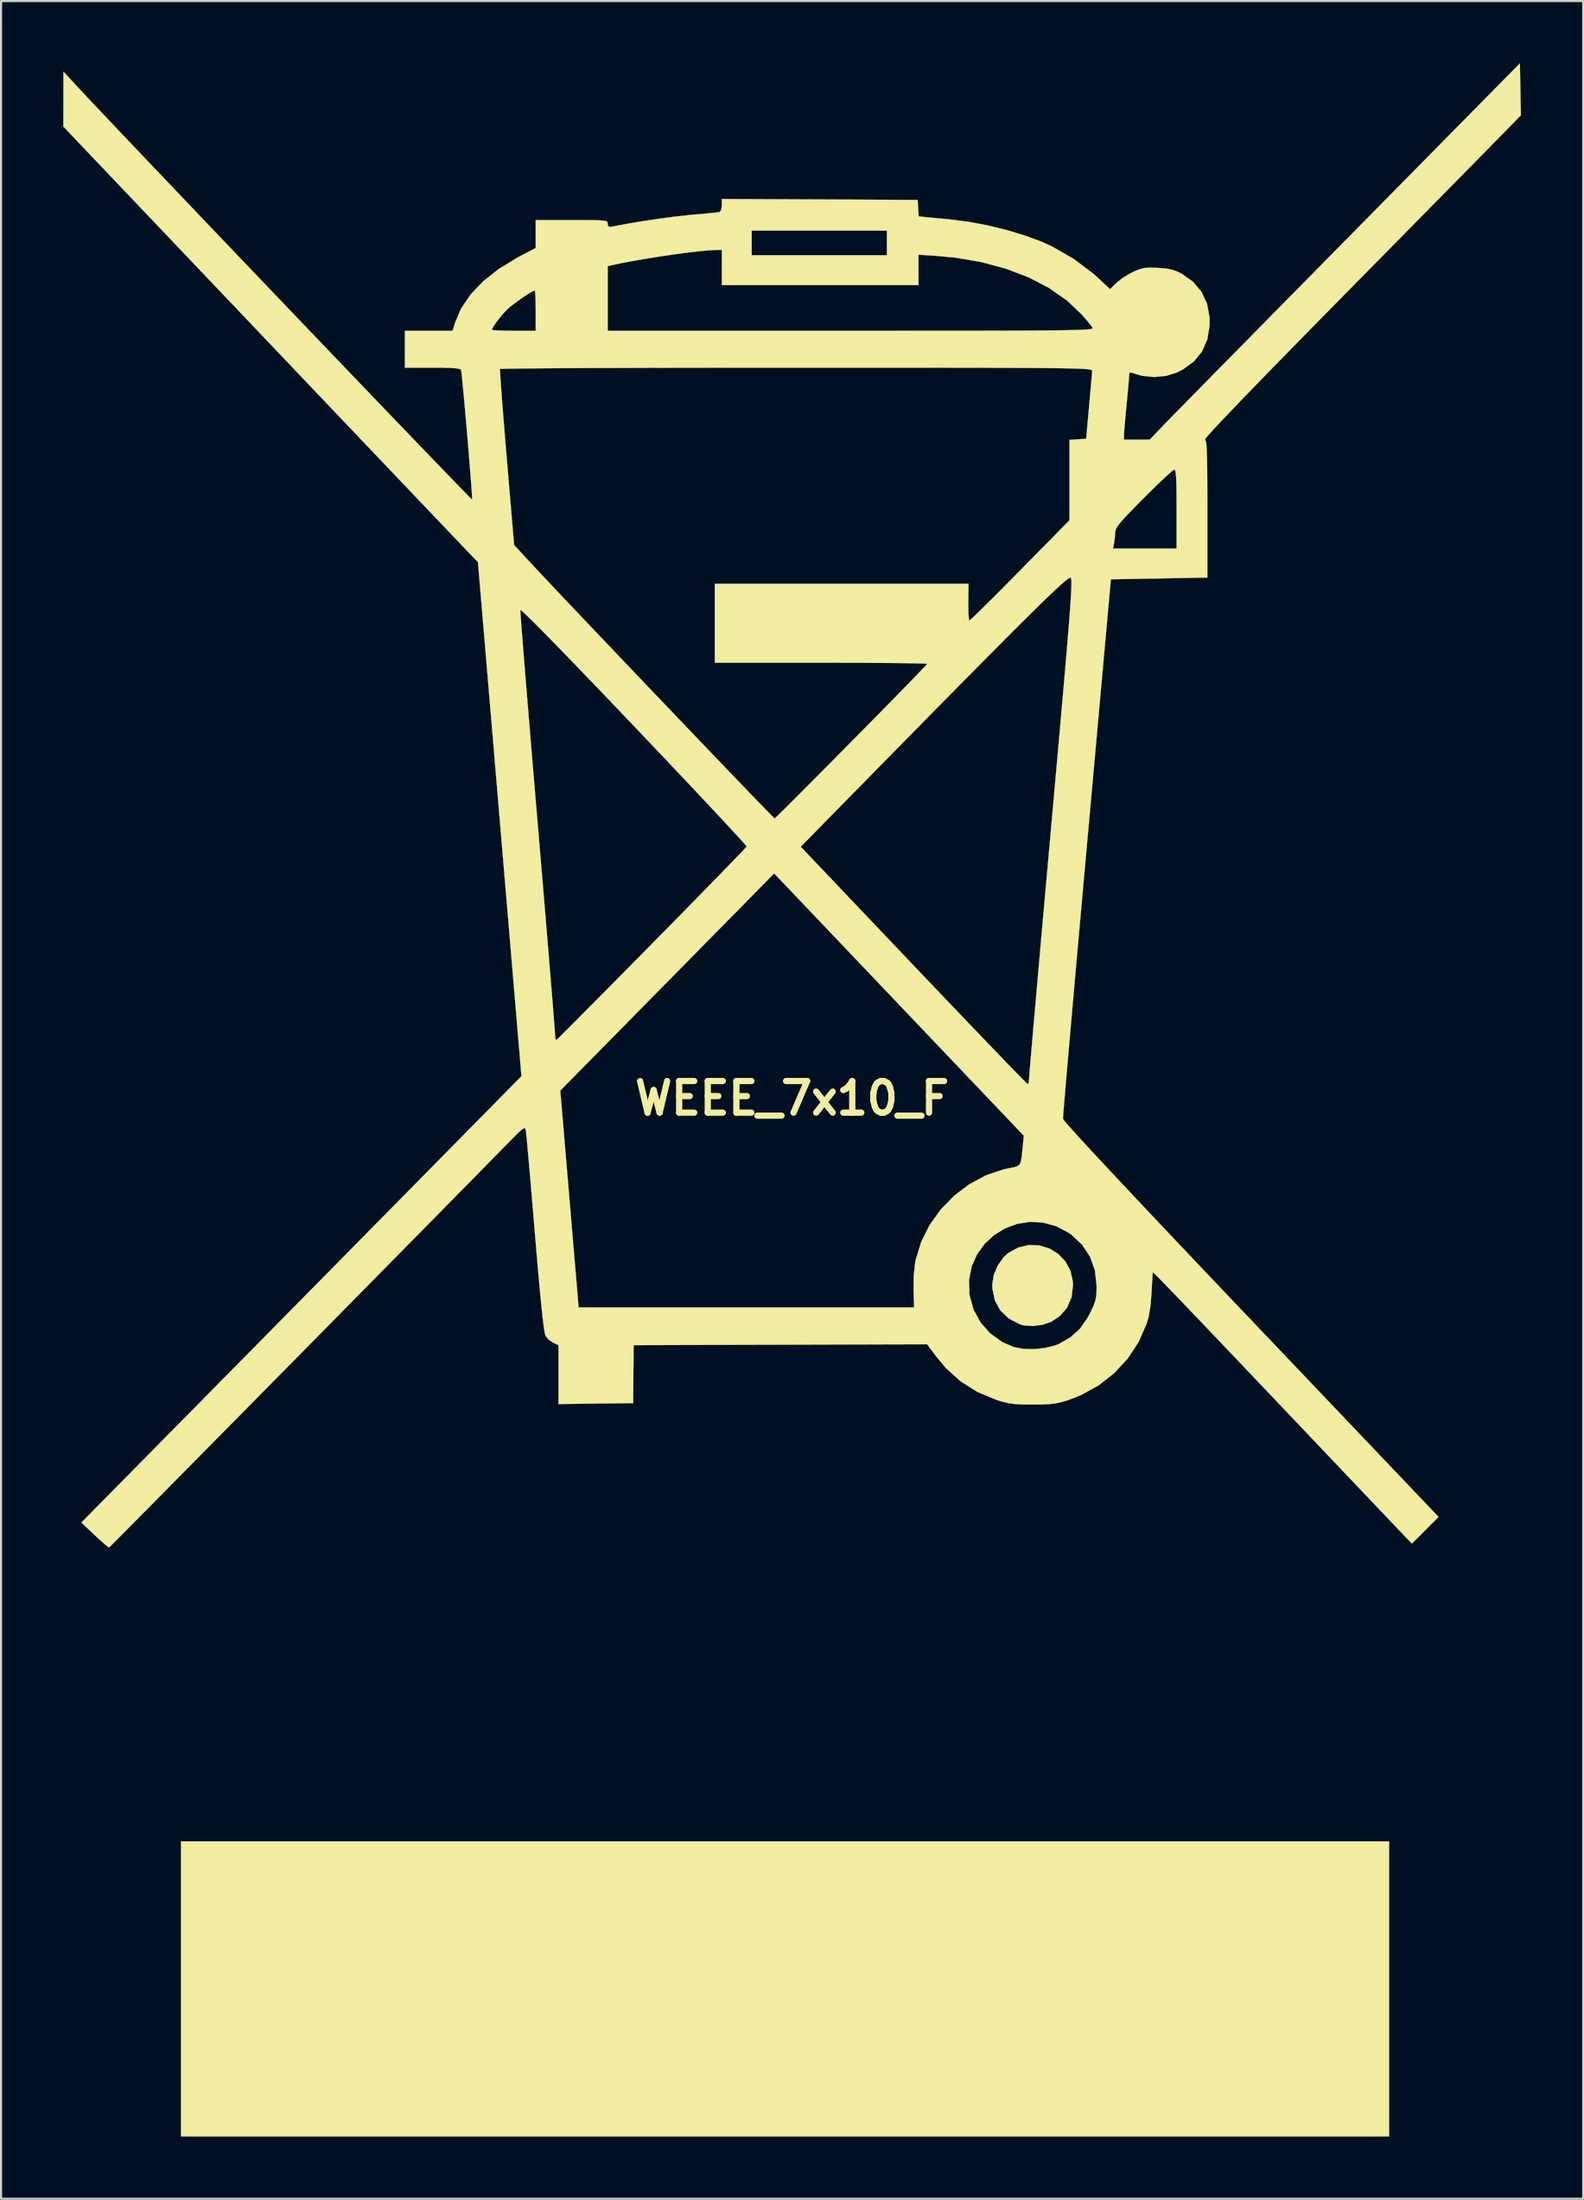
<source format=kicad_pcb>
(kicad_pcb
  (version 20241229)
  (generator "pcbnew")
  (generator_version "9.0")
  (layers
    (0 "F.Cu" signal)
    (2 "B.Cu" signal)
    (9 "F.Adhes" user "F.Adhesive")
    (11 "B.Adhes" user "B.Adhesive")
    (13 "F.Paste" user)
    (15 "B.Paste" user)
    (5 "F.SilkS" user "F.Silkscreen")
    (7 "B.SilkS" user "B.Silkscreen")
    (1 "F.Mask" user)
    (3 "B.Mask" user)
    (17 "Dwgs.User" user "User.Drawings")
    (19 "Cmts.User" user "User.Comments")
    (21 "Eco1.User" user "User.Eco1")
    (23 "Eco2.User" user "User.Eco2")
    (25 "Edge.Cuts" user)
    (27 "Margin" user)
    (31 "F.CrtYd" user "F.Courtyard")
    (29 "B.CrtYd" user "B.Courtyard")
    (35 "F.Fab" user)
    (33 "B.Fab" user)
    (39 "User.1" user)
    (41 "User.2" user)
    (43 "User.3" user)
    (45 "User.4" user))
  (footprint "WEEE_7x10_F"
    (layer "F.Cu")
    (at 35.142 49.893)
    (property "Reference" "WEEE_7x10_F" (at 0 0 0) (layer "F.SilkS") (effects (font (size 1.524 1.524) (thickness 0.3))))
    (attr through_hole)
    (fp_poly (pts (xy 28.787 50.038) (xy -29.464 50.038) (xy -29.464 35.814) (xy 28.787 35.814) (xy 28.787 50.038)) (stroke (width 0.01) (type solid)) (fill yes) (layer "F.SilkS"))
    (fp_poly (pts (xy 11.938 7.093) (xy 12.414 7.241) (xy 12.837 7.502) (xy 13.182 7.864) (xy 13.424 8.314) (xy 13.54 8.841) (xy 13.547 9.004) (xy 13.474 9.594) (xy 13.259 10.094) (xy 12.902 10.501) (xy 12.499 10.768) (xy 12.082 10.915) (xy 11.615 10.975) (xy 11.172 10.943) (xy 10.986 10.891) (xy 10.451 10.613) (xy 10.048 10.231) (xy 9.783 9.752) (xy 9.66 9.185) (xy 9.652 8.979) (xy 9.724 8.521) (xy 9.918 8.059) (xy 10.203 7.656) (xy 10.432 7.448) (xy 10.922 7.184) (xy 11.433 7.07) (xy 11.938 7.093)) (stroke (width 0.01) (type solid)) (fill yes) (layer "F.SilkS"))
    (fp_poly (pts (xy 35.118 -48.636) (xy 35.141 -47.384) (xy 34.098 -46.319) (xy 33.897 -46.115) (xy 33.587 -45.799) (xy 33.176 -45.381) (xy 32.674 -44.871) (xy 32.089 -44.278) (xy 31.432 -43.61) (xy 30.711 -42.879) (xy 29.936 -42.092) (xy 29.116 -41.259) (xy 28.259 -40.389) (xy 27.375 -39.493) (xy 26.474 -38.578) (xy 26.424 -38.528) (xy 25.312 -37.398) (xy 24.297 -36.364) (xy 23.381 -35.428) (xy 22.567 -34.592) (xy 21.857 -33.859) (xy 21.254 -33.232) (xy 20.758 -32.712) (xy 20.374 -32.301) (xy 20.103 -32.003) (xy 19.947 -31.82) (xy 19.909 -31.754) (xy 19.939 -31.716) (xy 19.963 -31.617) (xy 19.983 -31.443) (xy 19.998 -31.18) (xy 20.009 -30.814) (xy 20.016 -30.331) (xy 20.021 -29.715) (xy 20.023 -28.953) (xy 20.024 -28.406) (xy 20.024 -25.104) (xy 17.698 -25.061) (xy 15.372 -25.019) (xy 14.208 -12.107) (xy 14.076 -10.642) (xy 13.949 -9.222) (xy 13.826 -7.855) (xy 13.71 -6.551) (xy 13.601 -5.32) (xy 13.5 -4.17) (xy 13.407 -3.111) (xy 13.323 -2.153) (xy 13.25 -1.304) (xy 13.187 -0.574) (xy 13.136 0.028) (xy 13.098 0.493) (xy 13.073 0.81) (xy 13.063 0.972) (xy 13.062 0.99) (xy 13.123 1.078) (xy 13.299 1.284) (xy 13.587 1.607) (xy 13.985 2.043) (xy 14.489 2.59) (xy 15.098 3.244) (xy 15.808 4.003) (xy 16.617 4.864) (xy 17.523 5.824) (xy 18.522 6.88) (xy 19.611 8.03) (xy 20.789 9.27) (xy 22.053 10.598) (xy 22.127 10.676) (xy 31.173 20.176) (xy 30.53 20.819) (xy 29.888 21.461) (xy 29.602 21.166) (xy 29.502 21.061) (xy 29.294 20.843) (xy 28.988 20.521) (xy 28.591 20.104) (xy 28.114 19.602) (xy 27.564 19.024) (xy 26.952 18.38) (xy 26.286 17.679) (xy 25.574 16.93) (xy 24.827 16.143) (xy 24.17 15.452) (xy 23.069 14.293) (xy 22.081 13.253) (xy 21.2 12.328) (xy 20.423 11.512) (xy 19.746 10.802) (xy 19.163 10.192) (xy 18.672 9.679) (xy 18.267 9.258) (xy 17.945 8.925) (xy 17.701 8.676) (xy 17.532 8.505) (xy 17.432 8.409) (xy 17.398 8.382) (xy 17.386 8.461) (xy 17.37 8.675) (xy 17.352 8.991) (xy 17.335 9.335) (xy 17.284 9.994) (xy 17.194 10.525) (xy 17.106 10.837) (xy 16.72 11.725) (xy 16.193 12.531) (xy 15.54 13.24) (xy 14.777 13.838) (xy 13.917 14.311) (xy 13.335 14.536) (xy 13.013 14.635) (xy 12.726 14.7) (xy 12.422 14.738) (xy 12.05 14.756) (xy 11.599 14.76) (xy 11.116 14.755) (xy 10.75 14.736) (xy 10.448 14.696) (xy 10.159 14.628) (xy 9.864 14.537) (xy 8.945 14.156) (xy 8.136 13.649) (xy 7.424 13.007) (xy 6.979 12.477) (xy 6.509 11.852) (xy -0.565 11.874) (xy -7.64 11.896) (xy -7.651 13.293) (xy -7.662 14.69) (xy -9.461 14.713) (xy -11.261 14.735) (xy -11.261 11.895) (xy -11.517 11.781) (xy -11.738 11.629) (xy -11.891 11.439) (xy -11.927 11.301) (xy -11.973 11.009) (xy -12.028 10.562) (xy -12.092 9.955) (xy -12.166 9.188) (xy -12.25 8.258) (xy -12.344 7.163) (xy -12.402 6.473) (xy -12.476 5.588) (xy -12.547 4.75) (xy -12.613 3.974) (xy -12.674 3.277) (xy -12.727 2.674) (xy -12.772 2.181) (xy -12.806 1.814) (xy -12.83 1.59) (xy -12.838 1.527) (xy -12.863 1.454) (xy -12.911 1.434) (xy -13 1.48) (xy -13.148 1.607) (xy -13.375 1.827) (xy -13.697 2.154) (xy -13.743 2.201) (xy -14.03 2.495) (xy -14.413 2.885) (xy -14.883 3.363) (xy -15.432 3.923) (xy -16.055 4.555) (xy -16.742 5.253) (xy -17.486 6.009) (xy -18.28 6.815) (xy -19.116 7.663) (xy -19.987 8.546) (xy -20.884 9.456) (xy -21.8 10.386) (xy -22.728 11.326) (xy -23.659 12.271) (xy -24.587 13.211) (xy -25.504 14.14) (xy -26.402 15.05) (xy -27.273 15.932) (xy -28.11 16.78) (xy -28.906 17.585) (xy -29.652 18.34) (xy -30.341 19.037) (xy -30.965 19.669) (xy -31.518 20.227) (xy -31.99 20.704) (xy -32.375 21.093) (xy -32.665 21.384) (xy -32.853 21.572) (xy -32.93 21.648) (xy -32.932 21.649) (xy -33.008 21.602) (xy -33.179 21.46) (xy -33.417 21.248) (xy -33.623 21.057) (xy -34.268 20.447) (xy -27.918 14.012) (xy -26.944 13.024) (xy -25.923 11.99) (xy -24.872 10.924) (xy -23.807 9.845) (xy -22.746 8.769) (xy -21.703 7.712) (xy -20.697 6.691) (xy -19.742 5.723) (xy -18.857 4.825) (xy -18.056 4.012) (xy -17.356 3.302) (xy -17.309 3.254) (xy -13.734 -0.374) (xy -11.177 -0.374) (xy -10.293 10.075) (xy -2.204 10.075) (xy 5.884 10.075) (xy 5.857 9.25) (xy 5.864 8.736) (xy 8.535 8.736) (xy 8.551 9.426) (xy 8.564 9.514) (xy 8.755 10.196) (xy 9.091 10.808) (xy 9.553 11.329) (xy 10.122 11.74) (xy 10.689 11.989) (xy 11.141 12.076) (xy 11.674 12.088) (xy 12.219 12.028) (xy 12.709 11.903) (xy 12.869 11.838) (xy 13.434 11.512) (xy 13.882 11.105) (xy 14.248 10.581) (xy 14.37 10.35) (xy 14.531 10.009) (xy 14.626 9.747) (xy 14.672 9.493) (xy 14.685 9.179) (xy 14.685 9.021) (xy 14.602 8.292) (xy 14.368 7.634) (xy 13.988 7.057) (xy 13.468 6.571) (xy 13.352 6.489) (xy 12.735 6.162) (xy 12.099 5.987) (xy 11.464 5.955) (xy 10.847 6.052) (xy 10.266 6.269) (xy 9.739 6.593) (xy 9.284 7.014) (xy 8.92 7.518) (xy 8.664 8.096) (xy 8.535 8.736) (xy 5.864 8.736) (xy 5.866 8.549) (xy 5.937 7.913) (xy 5.961 7.789) (xy 6.225 6.919) (xy 6.636 6.099) (xy 7.175 5.349) (xy 7.823 4.687) (xy 8.561 4.132) (xy 9.37 3.702) (xy 10.231 3.415) (xy 10.445 3.37) (xy 10.695 3.323) (xy 10.864 3.273) (xy 10.971 3.19) (xy 11.035 3.042) (xy 11.076 2.799) (xy 11.114 2.429) (xy 11.129 2.277) (xy 11.175 1.802) (xy 5.156 -4.52) (xy -0.863 -10.842) (xy -4.597 -7.051) (xy -5.304 -6.333) (xy -6.016 -5.611) (xy -6.717 -4.9) (xy -7.39 -4.216) (xy -8.021 -3.576) (xy -8.594 -2.995) (xy -9.092 -2.489) (xy -9.5 -2.075) (xy -9.755 -1.817) (xy -11.177 -0.374) (xy -13.734 -0.374) (xy -13.048 -1.069) (xy -14.097 -13.46) (xy -14.951 -23.544) (xy -13.105 -23.544) (xy -13.101 -23.444) (xy -13.083 -23.186) (xy -13.053 -22.78) (xy -13.011 -22.237) (xy -12.958 -21.568) (xy -12.894 -20.782) (xy -12.822 -19.891) (xy -12.741 -18.906) (xy -12.652 -17.836) (xy -12.557 -16.692) (xy -12.456 -15.485) (xy -12.35 -14.225) (xy -12.279 -13.392) (xy -12.17 -12.101) (xy -12.065 -10.852) (xy -11.965 -9.659) (xy -11.87 -8.53) (xy -11.783 -7.477) (xy -11.703 -6.51) (xy -11.631 -5.641) (xy -11.569 -4.88) (xy -11.517 -4.238) (xy -11.477 -3.726) (xy -11.448 -3.354) (xy -11.433 -3.133) (xy -11.43 -3.077) (xy -11.414 -2.889) (xy -11.376 -2.807) (xy -11.367 -2.808) (xy -11.298 -2.871) (xy -11.121 -3.046) (xy -10.843 -3.323) (xy -10.474 -3.693) (xy -10.023 -4.146) (xy -9.5 -4.673) (xy -8.913 -5.265) (xy -8.273 -5.912) (xy -7.588 -6.606) (xy -6.867 -7.336) (xy -6.754 -7.451) (xy -6.029 -8.187) (xy -5.34 -8.888) (xy -4.695 -9.546) (xy -4.103 -10.151) (xy -3.574 -10.694) (xy -3.117 -11.164) (xy -2.741 -11.553) (xy -2.455 -11.852) (xy -2.269 -12.05) (xy -2.201 -12.128) (xy 0.417 -12.128) (xy 5.86 -6.405) (xy 6.647 -5.578) (xy 7.401 -4.787) (xy 8.115 -4.04) (xy 8.779 -3.346) (xy 9.386 -2.713) (xy 9.927 -2.151) (xy 10.394 -1.666) (xy 10.78 -1.269) (xy 11.075 -0.967) (xy 11.272 -0.768) (xy 11.362 -0.683) (xy 11.367 -0.68) (xy 11.41 -0.752) (xy 11.43 -0.931) (xy 11.43 -0.952) (xy 11.437 -1.068) (xy 11.459 -1.343) (xy 11.495 -1.766) (xy 11.543 -2.329) (xy 11.602 -3.021) (xy 11.673 -3.833) (xy 11.754 -4.754) (xy 11.844 -5.776) (xy 11.942 -6.888) (xy 12.047 -8.08) (xy 12.16 -9.342) (xy 12.278 -10.666) (xy 12.401 -12.04) (xy 12.496 -13.1) (xy 12.646 -14.769) (xy 12.78 -16.278) (xy 12.901 -17.634) (xy 13.008 -18.845) (xy 13.102 -19.919) (xy 13.184 -20.865) (xy 13.254 -21.691) (xy 13.313 -22.404) (xy 13.362 -23.012) (xy 13.401 -23.523) (xy 13.431 -23.946) (xy 13.452 -24.289) (xy 13.465 -24.559) (xy 13.471 -24.764) (xy 13.471 -24.913) (xy 13.464 -25.013) (xy 13.452 -25.073) (xy 13.438 -25.097) (xy 13.405 -25.1) (xy 13.341 -25.067) (xy 13.24 -24.995) (xy 13.098 -24.878) (xy 12.91 -24.712) (xy 12.672 -24.493) (xy 12.38 -24.215) (xy 12.027 -23.874) (xy 11.611 -23.465) (xy 11.125 -22.985) (xy 10.566 -22.427) (xy 9.929 -21.788) (xy 9.209 -21.063) (xy 8.402 -20.247) (xy 7.502 -19.336) (xy 6.505 -18.325) (xy 5.407 -17.209) (xy 4.203 -15.984) (xy 2.888 -14.645) (xy 2.048 -13.79) (xy 0.417 -12.128) (xy -2.201 -12.128) (xy -2.191 -12.139) (xy -2.189 -12.142) (xy -2.244 -12.213) (xy -2.407 -12.398) (xy -2.672 -12.688) (xy -3.029 -13.075) (xy -3.471 -13.55) (xy -3.989 -14.104) (xy -4.576 -14.728) (xy -5.224 -15.415) (xy -5.924 -16.155) (xy -6.668 -16.94) (xy -7.448 -17.761) (xy -7.627 -17.949) (xy -8.552 -18.919) (xy -9.406 -19.811) (xy -10.183 -20.619) (xy -10.879 -21.34) (xy -11.489 -21.967) (xy -12.009 -22.496) (xy -12.434 -22.923) (xy -12.759 -23.243) (xy -12.98 -23.451) (xy -13.091 -23.543) (xy -13.105 -23.544) (xy -14.951 -23.544) (xy -15.146 -25.851) (xy -15.564 -26.282) (xy -15.668 -26.39) (xy -15.882 -26.614) (xy -16.2 -26.947) (xy -16.616 -27.383) (xy -17.122 -27.914) (xy -17.712 -28.534) (xy -18.381 -29.236) (xy -19.121 -30.013) (xy -19.926 -30.858) (xy -20.79 -31.765) (xy -21.706 -32.727) (xy -22.667 -33.738) (xy -23.668 -34.789) (xy -24.701 -35.875) (xy -25.56 -36.777) (xy -35.137 -46.843) (xy -35.132 -49.488) (xy -34.605 -48.917) (xy -34.35 -48.643) (xy -34 -48.269) (xy -33.561 -47.804) (xy -33.041 -47.255) (xy -32.448 -46.629) (xy -31.789 -45.935) (xy -31.071 -45.18) (xy -30.302 -44.372) (xy -29.489 -43.519) (xy -28.64 -42.628) (xy -27.762 -41.707) (xy -26.862 -40.765) (xy -25.948 -39.808) (xy -25.028 -38.845) (xy -24.108 -37.883) (xy -23.196 -36.93) (xy -22.3 -35.993) (xy -21.426 -35.081) (xy -20.583 -34.202) (xy -19.778 -33.362) (xy -19.018 -32.57) (xy -18.31 -31.834) (xy -17.663 -31.161) (xy -17.083 -30.559) (xy -16.578 -30.036) (xy -16.155 -29.599) (xy -15.821 -29.257) (xy -15.585 -29.016) (xy -15.453 -28.886) (xy -15.427 -28.863) (xy -15.428 -28.962) (xy -15.442 -29.207) (xy -15.468 -29.574) (xy -15.504 -30.04) (xy -15.547 -30.582) (xy -15.596 -31.178) (xy -15.648 -31.803) (xy -15.702 -32.435) (xy -15.756 -33.051) (xy -15.807 -33.628) (xy -15.855 -34.142) (xy -15.896 -34.57) (xy -15.929 -34.89) (xy -15.95 -35.063) (xy -14.082 -35.063) (xy -14.068 -34.817) (xy -14.043 -34.434) (xy -14.007 -33.931) (xy -13.96 -33.325) (xy -13.905 -32.632) (xy -13.843 -31.868) (xy -13.775 -31.049) (xy -13.761 -30.885) (xy -13.404 -26.675) (xy -12.777 -25.994) (xy -12.524 -25.722) (xy -12.182 -25.357) (xy -11.759 -24.907) (xy -11.265 -24.384) (xy -10.709 -23.797) (xy -10.101 -23.156) (xy -9.449 -22.471) (xy -8.764 -21.75) (xy -8.055 -21.006) (xy -7.331 -20.246) (xy -6.602 -19.481) (xy -5.876 -18.721) (xy -5.164 -17.976) (xy -4.474 -17.255) (xy -3.817 -16.568) (xy -3.201 -15.926) (xy -2.636 -15.337) (xy -2.131 -14.812) (xy -1.695 -14.361) (xy -1.339 -13.994) (xy -1.071 -13.719) (xy -0.901 -13.548) (xy -0.838 -13.49) (xy -0.838 -13.49) (xy -0.771 -13.551) (xy -0.596 -13.722) (xy -0.322 -13.993) (xy 0.04 -14.354) (xy 0.479 -14.794) (xy 0.985 -15.302) (xy 1.549 -15.869) (xy 2.159 -16.484) (xy 2.805 -17.137) (xy 2.866 -17.199) (xy 3.514 -17.855) (xy 4.125 -18.475) (xy 4.689 -19.049) (xy 5.196 -19.567) (xy 5.636 -20.018) (xy 5.999 -20.392) (xy 6.273 -20.678) (xy 6.45 -20.865) (xy 6.519 -20.944) (xy 6.519 -20.945) (xy 6.437 -20.954) (xy 6.2 -20.963) (xy 5.823 -20.971) (xy 5.32 -20.979) (xy 4.706 -20.985) (xy 3.996 -20.99) (xy 3.204 -20.994) (xy 2.344 -20.996) (xy 1.432 -20.997) (xy 1.397 -20.997) (xy -3.725 -20.997) (xy -3.725 -24.807) (xy 2.392 -24.807) (xy 8.509 -24.807) (xy 8.498 -23.918) (xy 8.499 -23.553) (xy 8.511 -23.261) (xy 8.531 -23.076) (xy 8.551 -23.029) (xy 8.623 -23.088) (xy 8.8 -23.254) (xy 9.07 -23.516) (xy 9.419 -23.861) (xy 9.835 -24.275) (xy 10.304 -24.746) (xy 10.814 -25.262) (xy 10.997 -25.447) (xy 12.034 -26.501) (xy 15.473 -26.501) (xy 18.542 -26.501) (xy 18.542 -28.406) (xy 18.54 -29.046) (xy 18.533 -29.535) (xy 18.521 -29.889) (xy 18.503 -30.124) (xy 18.476 -30.258) (xy 18.442 -30.309) (xy 18.433 -30.311) (xy 18.344 -30.253) (xy 18.156 -30.091) (xy 17.885 -29.842) (xy 17.551 -29.522) (xy 17.172 -29.15) (xy 16.951 -28.929) (xy 16.502 -28.474) (xy 16.16 -28.12) (xy 15.912 -27.85) (xy 15.744 -27.648) (xy 15.642 -27.497) (xy 15.591 -27.381) (xy 15.579 -27.289) (xy 15.561 -27.004) (xy 15.526 -26.765) (xy 15.473 -26.501) (xy 12.034 -26.501) (xy 13.377 -27.865) (xy 13.377 -31.741) (xy 13.779 -31.767) (xy 14.181 -31.792) (xy 14.323 -33.359) (xy 14.368 -33.864) (xy 14.408 -34.318) (xy 14.441 -34.691) (xy 14.462 -34.953) (xy 14.471 -35.073) (xy 14.466 -35.092) (xy 14.444 -35.109) (xy 14.396 -35.125) (xy 14.317 -35.139) (xy 14.197 -35.152) (xy 14.031 -35.163) (xy 13.81 -35.173) (xy 13.526 -35.182) (xy 13.173 -35.19) (xy 12.742 -35.196) (xy 12.227 -35.202) (xy 11.62 -35.207) (xy 10.913 -35.21) (xy 10.099 -35.214) (xy 9.17 -35.216) (xy 8.118 -35.218) (xy 6.938 -35.219) (xy 5.62 -35.22) (xy 4.157 -35.221) (xy 2.542 -35.221) (xy 0.768 -35.221) (xy 0.217 -35.221) (xy -1.324 -35.221) (xy -2.819 -35.22) (xy -4.259 -35.218) (xy -5.636 -35.216) (xy -6.94 -35.213) (xy -8.163 -35.209) (xy -9.297 -35.205) (xy -10.332 -35.201) (xy -11.26 -35.196) (xy -12.071 -35.19) (xy -12.758 -35.184) (xy -13.311 -35.178) (xy -13.721 -35.172) (xy -13.981 -35.165) (xy -14.081 -35.158) (xy -14.081 -35.158) (xy -14.082 -35.063) (xy -15.95 -35.063) (xy -15.952 -35.077) (xy -15.959 -35.115) (xy -16.023 -35.158) (xy -16.19 -35.189) (xy -16.478 -35.209) (xy -16.905 -35.219) (xy -17.333 -35.221) (xy -18.669 -35.221) (xy -18.669 -36.999) (xy -16.367 -36.999) (xy -16.353 -37.048) (xy -14.478 -37.048) (xy -14.399 -37.029) (xy -14.182 -37.014) (xy -13.86 -37.004) (xy -13.465 -36.999) (xy -13.42 -36.999) (xy -12.361 -36.999) (xy -12.361 -37.973) (xy -12.365 -38.356) (xy -12.375 -38.669) (xy -12.39 -38.876) (xy -12.408 -38.947) (xy -12.516 -38.9) (xy -12.72 -38.778) (xy -12.979 -38.607) (xy -13.253 -38.415) (xy -13.504 -38.228) (xy -13.663 -38.098) (xy -13.849 -37.913) (xy -14.056 -37.675) (xy -14.251 -37.427) (xy -14.401 -37.21) (xy -14.475 -37.066) (xy -14.478 -37.048) (xy -16.353 -37.048) (xy -16.26 -37.359) (xy -15.963 -38.065) (xy -15.505 -38.742) (xy -14.895 -39.383) (xy -14.139 -39.981) (xy -13.914 -40.118) (xy -8.89 -40.118) (xy -8.89 -36.999) (xy 2.839 -36.999) (xy 4.484 -36.999) (xy 5.968 -37) (xy 7.299 -37) (xy 8.485 -37.001) (xy 9.534 -37.003) (xy 10.455 -37.005) (xy 11.256 -37.008) (xy 11.946 -37.012) (xy 12.531 -37.017) (xy 13.021 -37.023) (xy 13.424 -37.03) (xy 13.748 -37.038) (xy 14.001 -37.048) (xy 14.191 -37.059) (xy 14.327 -37.071) (xy 14.417 -37.086) (xy 14.469 -37.102) (xy 14.491 -37.12) (xy 14.491 -37.14) (xy 14.487 -37.148) (xy 14.393 -37.281) (xy 14.219 -37.495) (xy 14.002 -37.747) (xy 13.975 -37.776) (xy 13.254 -38.46) (xy 12.394 -39.06) (xy 11.411 -39.573) (xy 10.316 -39.991) (xy 9.123 -40.312) (xy 7.844 -40.528) (xy 6.921 -40.613) (xy 6.096 -40.666) (xy 6.096 -39.201) (xy -3.387 -39.201) (xy -3.387 -40.894) (xy -3.662 -40.894) (xy -3.994 -40.879) (xy -4.459 -40.836) (xy -5.025 -40.77) (xy -5.661 -40.685) (xy -6.332 -40.587) (xy -7.008 -40.479) (xy -7.655 -40.368) (xy -8.241 -40.256) (xy -8.462 -40.21) (xy -8.89 -40.118) (xy -13.914 -40.118) (xy -13.246 -40.526) (xy -13.102 -40.602) (xy -12.361 -40.987) (xy -12.361 -41.825) (xy -1.947 -41.825) (xy -1.947 -40.64) (xy 4.572 -40.64) (xy 4.572 -41.825) (xy -1.947 -41.825) (xy -12.361 -41.825) (xy -12.361 -42.333) (xy -10.626 -42.333) (xy -10.043 -42.333) (xy -9.607 -42.33) (xy -9.298 -42.322) (xy -9.094 -42.308) (xy -8.972 -42.284) (xy -8.912 -42.249) (xy -8.892 -42.2) (xy -8.89 -42.153) (xy -8.869 -42.035) (xy -8.774 -42.005) (xy -8.615 -42.031) (xy -7.973 -42.153) (xy -7.236 -42.277) (xy -6.462 -42.394) (xy -5.709 -42.494) (xy -5.037 -42.57) (xy -4.768 -42.595) (xy -4.334 -42.632) (xy -3.957 -42.667) (xy -3.671 -42.697) (xy -3.511 -42.718) (xy -3.493 -42.721) (xy -3.421 -42.818) (xy -3.387 -43.018) (xy -3.387 -43.051) (xy -3.387 -43.351) (xy 1.333 -43.329) (xy 6.054 -43.307) (xy 6.079 -42.91) (xy 6.105 -42.514) (xy 6.545 -42.468) (xy 6.871 -42.436) (xy 7.269 -42.399) (xy 7.578 -42.37) (xy 8.487 -42.256) (xy 9.438 -42.077) (xy 10.386 -41.844) (xy 11.285 -41.57) (xy 12.09 -41.267) (xy 12.542 -41.059) (xy 13.594 -40.452) (xy 14.517 -39.758) (xy 14.762 -39.538) (xy 15.332 -39.005) (xy 15.646 -39.31) (xy 15.903 -39.517) (xy 16.232 -39.726) (xy 16.455 -39.841) (xy 16.731 -39.957) (xy 16.967 -40.021) (xy 17.228 -40.043) (xy 17.582 -40.034) (xy 17.642 -40.031) (xy 18.05 -39.997) (xy 18.359 -39.934) (xy 18.639 -39.824) (xy 18.785 -39.749) (xy 19.329 -39.364) (xy 19.738 -38.881) (xy 20.007 -38.308) (xy 20.129 -37.657) (xy 20.132 -37.25) (xy 20.022 -36.582) (xy 19.772 -36.008) (xy 19.38 -35.526) (xy 18.844 -35.134) (xy 18.554 -34.985) (xy 18.034 -34.824) (xy 17.455 -34.771) (xy 16.888 -34.827) (xy 16.616 -34.903) (xy 16.395 -34.977) (xy 16.29 -34.987) (xy 16.257 -34.925) (xy 16.253 -34.852) (xy 16.244 -34.705) (xy 16.221 -34.426) (xy 16.187 -34.049) (xy 16.145 -33.611) (xy 16.129 -33.443) (xy 16.085 -32.986) (xy 16.048 -32.572) (xy 16.02 -32.238) (xy 16.006 -32.023) (xy 16.005 -31.983) (xy 16.002 -31.75) (xy 17.243 -31.75) (xy 17.872 -32.405) (xy 18.006 -32.544) (xy 18.252 -32.795) (xy 18.602 -33.152) (xy 19.048 -33.607) (xy 19.584 -34.152) (xy 20.201 -34.78) (xy 20.893 -35.483) (xy 21.652 -36.253) (xy 22.47 -37.084) (xy 23.34 -37.967) (xy 24.255 -38.896) (xy 25.207 -39.861) (xy 26.188 -40.857) (xy 26.797 -41.474) (xy 35.094 -49.888) (xy 35.118 -48.636)) (stroke (width 0.01) (type solid)) (fill yes) (layer "F.SilkS")))
  (gr_rect
    (start -3 -3)
    (end 73.288 102.936)
    (stroke (width 0.1) (type default))
    (fill no)
    (layer "Edge.Cuts")))
</source>
